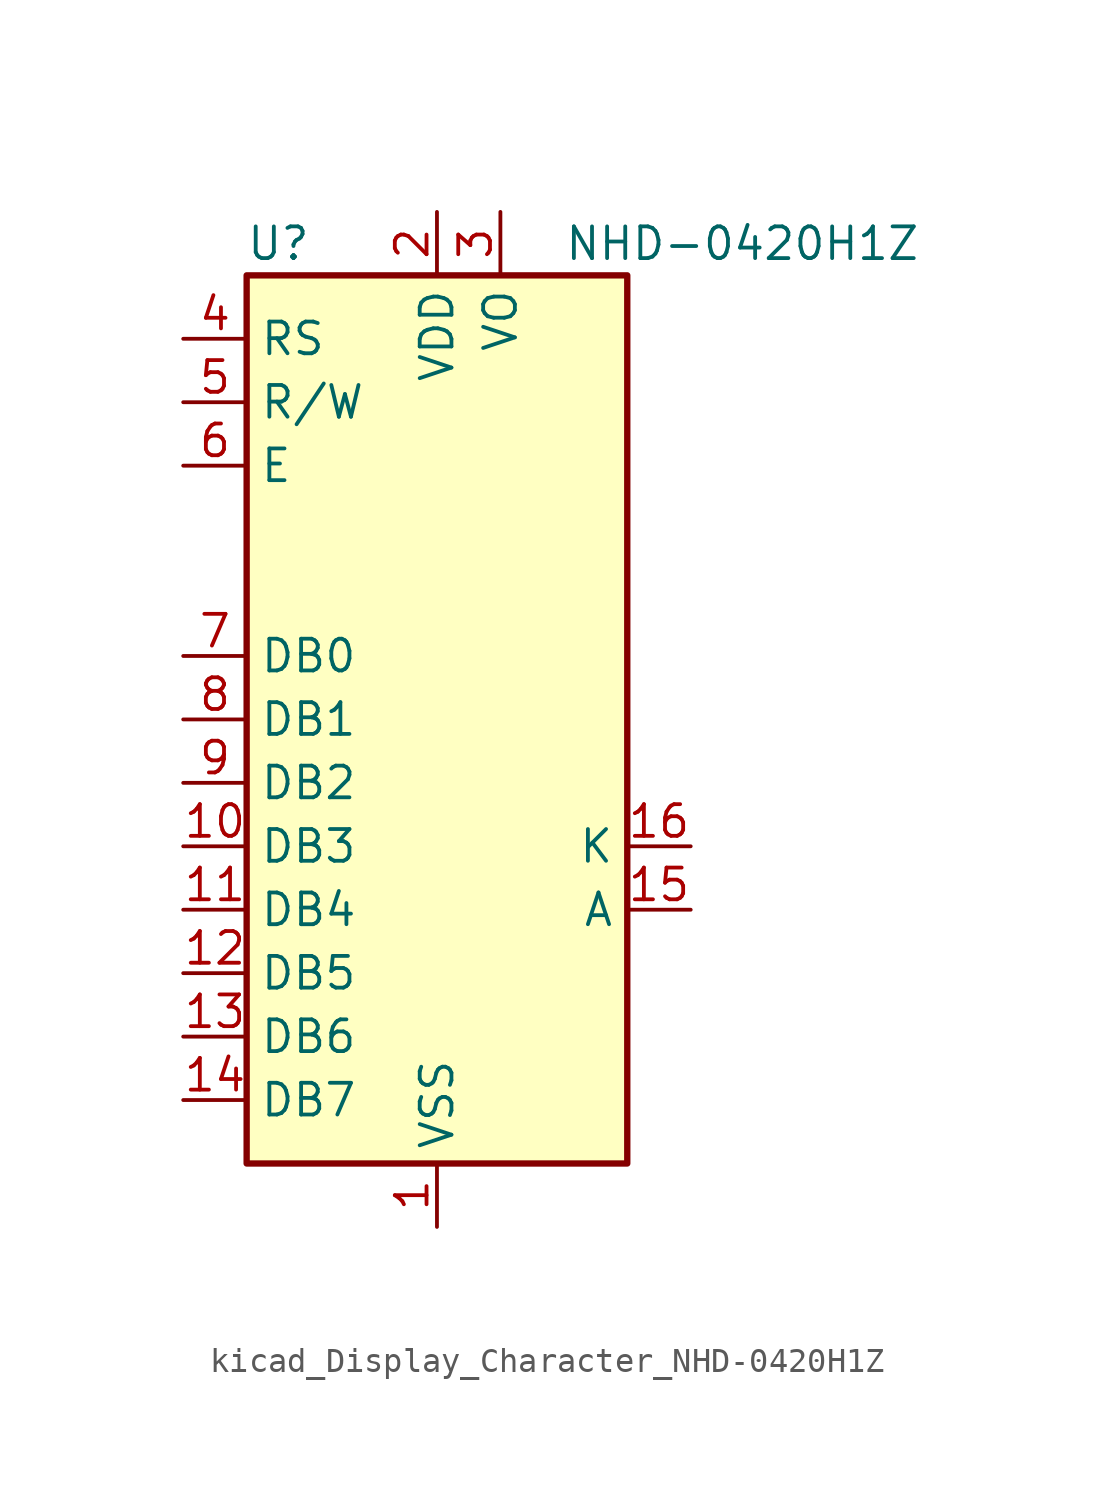
<source format=kicad_sym>
(kicad_symbol_lib
  (version 20220914)
  (generator kicad_symbol_editor)
  (symbol "kicad_Display_Character_NHD-0420H1Z"
    (property "Reference" "U"
      (at -6.35 19.05 0)
      (effects (font (size 1.27 1.27))))
    (property "Value" "NHD-0420H1Z"
      (at 5.08 19.05 0)
      (effects (font (size 1.27 1.27)) (justify left)))
    (symbol "kicad_Display_Character_NHD-0420H1Z_0_1"
      (rectangle (start -7.62 17.78) (end 7.62 -17.78) (stroke (width 0.254) (type default)) (fill (type background))))
    (symbol "kicad_Display_Character_NHD-0420H1Z_1_1"
      (pin power_in line (at 0 -20.32 90) (length 2.54) (name "VSS" (effects (font (size 1.27 1.27)))) (number "1" (effects (font (size 1.27 1.27)))))
      (pin bidirectional line (at -10.16 -5.08 0) (length 2.54) (name "DB3" (effects (font (size 1.27 1.27)))) (number "10" (effects (font (size 1.27 1.27)))))
      (pin bidirectional line (at -10.16 -7.62 0) (length 2.54) (name "DB4" (effects (font (size 1.27 1.27)))) (number "11" (effects (font (size 1.27 1.27)))))
      (pin bidirectional line (at -10.16 -10.16 0) (length 2.54) (name "DB5" (effects (font (size 1.27 1.27)))) (number "12" (effects (font (size 1.27 1.27)))))
      (pin bidirectional line (at -10.16 -12.7 0) (length 2.54) (name "DB6" (effects (font (size 1.27 1.27)))) (number "13" (effects (font (size 1.27 1.27)))))
      (pin bidirectional line (at -10.16 -15.24 0) (length 2.54) (name "DB7" (effects (font (size 1.27 1.27)))) (number "14" (effects (font (size 1.27 1.27)))))
      (pin passive line (at 10.16 -7.62 180) (length 2.54) (name "A" (effects (font (size 1.27 1.27)))) (number "15" (effects (font (size 1.27 1.27)))))
      (pin passive line (at 10.16 -5.08 180) (length 2.54) (name "K" (effects (font (size 1.27 1.27)))) (number "16" (effects (font (size 1.27 1.27)))))
      (pin power_in line (at 0 20.32 270) (length 2.54) (name "VDD" (effects (font (size 1.27 1.27)))) (number "2" (effects (font (size 1.27 1.27)))))
      (pin power_in line (at 2.54 20.32 270) (length 2.54) (name "VO" (effects (font (size 1.27 1.27)))) (number "3" (effects (font (size 1.27 1.27)))))
      (pin input line (at -10.16 15.24 0) (length 2.54) (name "RS" (effects (font (size 1.27 1.27)))) (number "4" (effects (font (size 1.27 1.27)))))
      (pin input line (at -10.16 12.7 0) (length 2.54) (name "R/W" (effects (font (size 1.27 1.27)))) (number "5" (effects (font (size 1.27 1.27)))))
      (pin input line (at -10.16 10.16 0) (length 2.54) (name "E" (effects (font (size 1.27 1.27)))) (number "6" (effects (font (size 1.27 1.27)))))
      (pin bidirectional line (at -10.16 2.54 0) (length 2.54) (name "DB0" (effects (font (size 1.27 1.27)))) (number "7" (effects (font (size 1.27 1.27)))))
      (pin bidirectional line (at -10.16 0 0) (length 2.54) (name "DB1" (effects (font (size 1.27 1.27)))) (number "8" (effects (font (size 1.27 1.27)))))
      (pin bidirectional line (at -10.16 -2.54 0) (length 2.54) (name "DB2" (effects (font (size 1.27 1.27)))) (number "9" (effects (font (size 1.27 1.27))))))))
</source>
